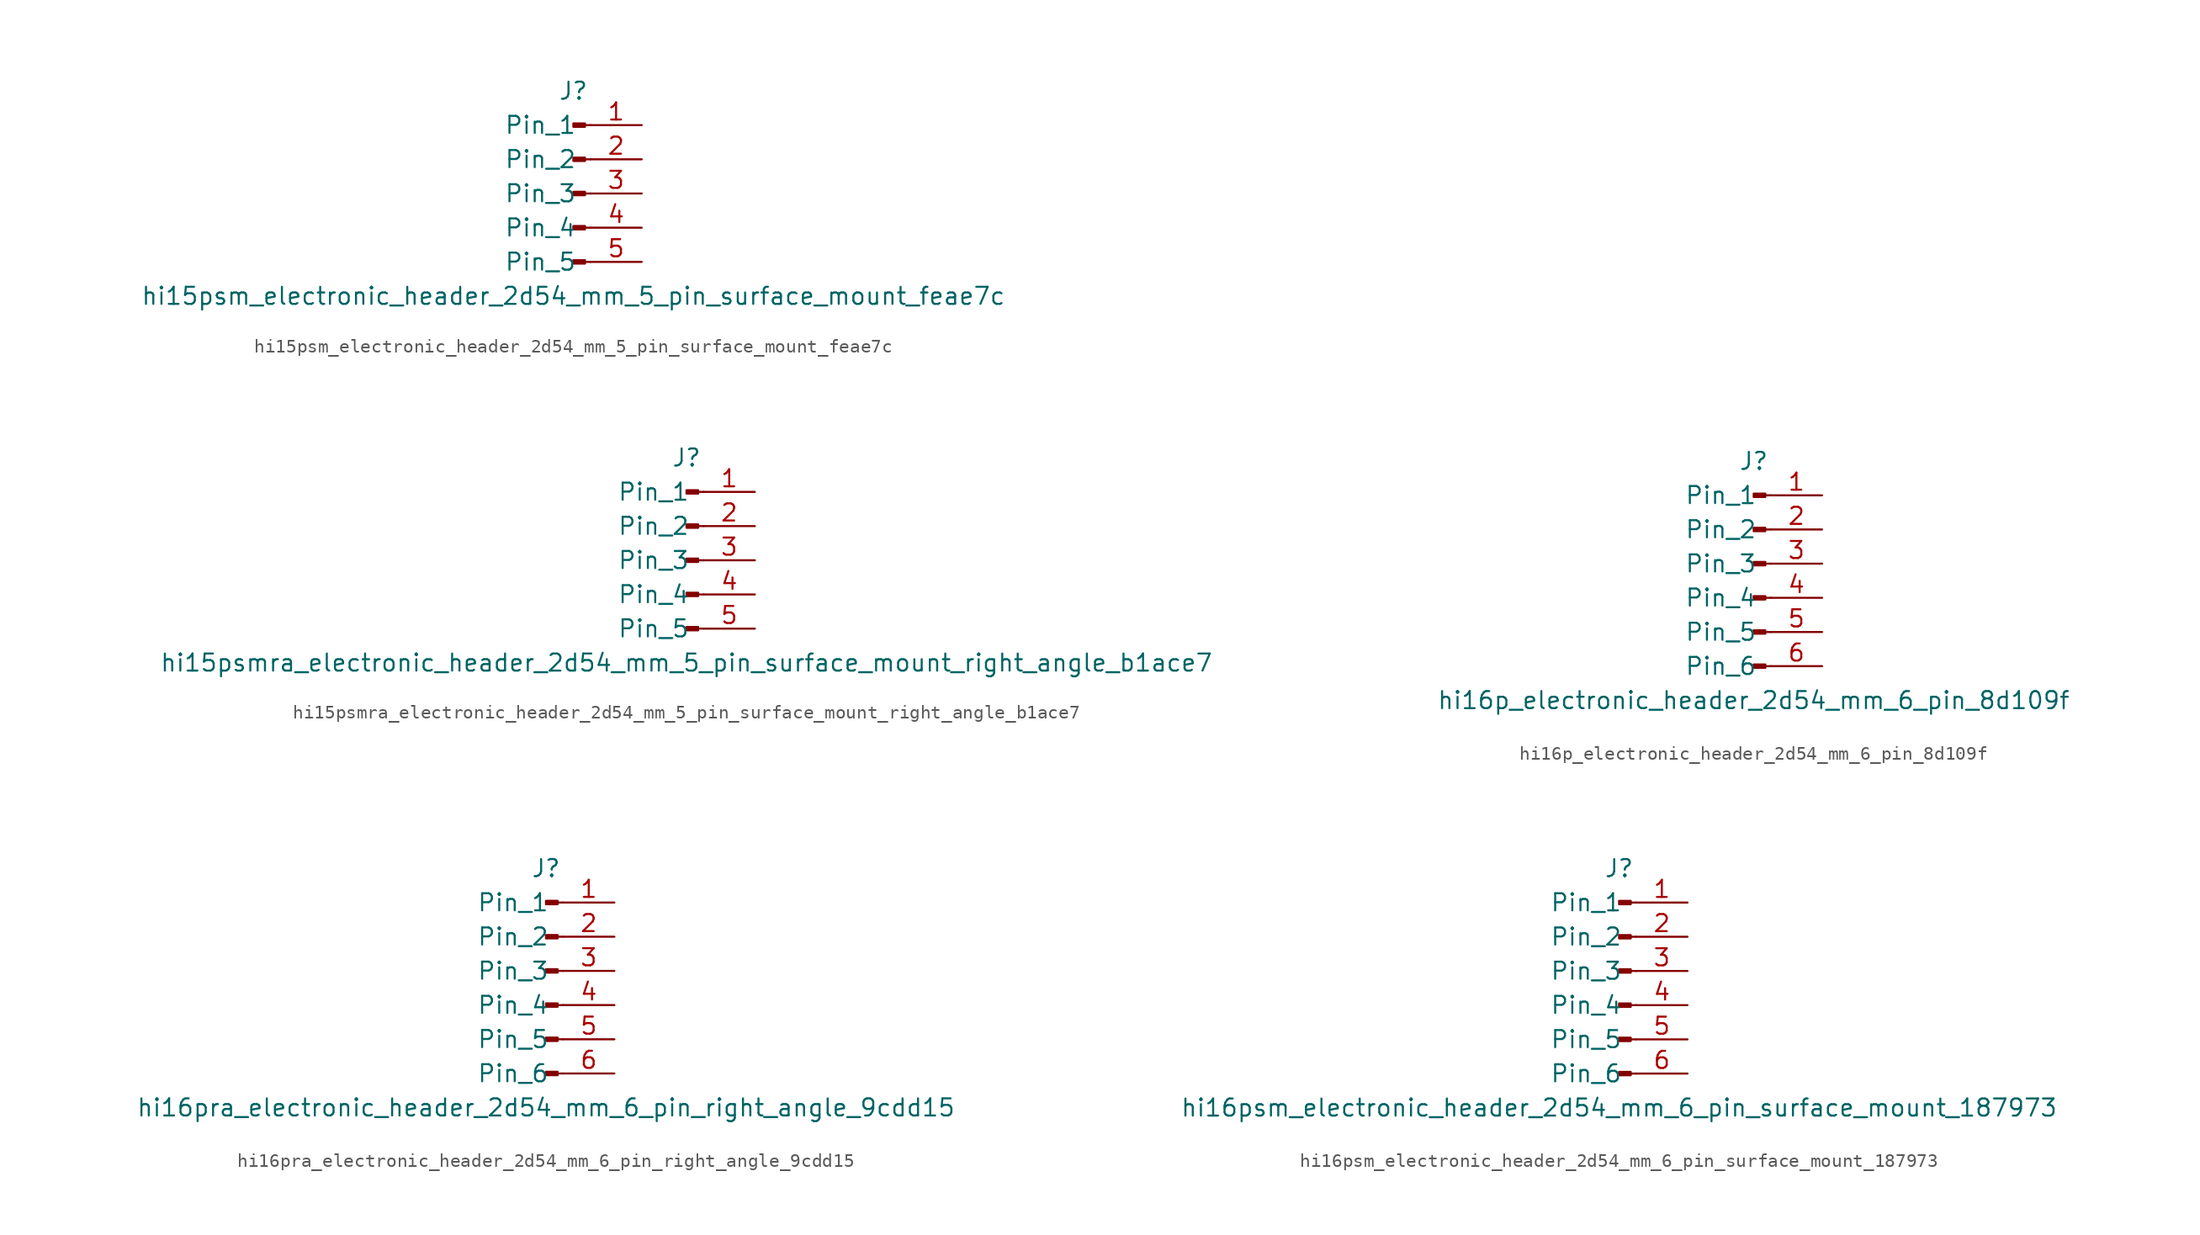
<source format=kicad_sym>
(kicad_symbol_lib
  (version 20220914)
  (generator kicad_symbol_editor)
  (symbol "hi15psm_electronic_header_2d54_mm_5_pin_surface_mount_feae7c"
    (pin_names
      (offset 1.016))
    (property "Reference" "J"
      (at 0 7.62 0)
      (effects (font (size 1.27 1.27))))
    (property "Value" "hi15psm_electronic_header_2d54_mm_5_pin_surface_mount_feae7c"
      (at 0 -7.62 0)
      (effects (font (size 1.27 1.27))))
    (property "ki_locked" ""
      (at 0 0 0)
      (effects (font (size 1.27 1.27))))
    (symbol "hi15psm_electronic_header_2d54_mm_5_pin_surface_mount_feae7c_1_1"
      (polyline (pts (xy 1.27 -5.08) (xy 0.864 -5.08)) (stroke (width 0.152) (type default)) (fill (type none)))
      (polyline (pts (xy 1.27 -2.54) (xy 0.864 -2.54)) (stroke (width 0.152) (type default)) (fill (type none)))
      (polyline (pts (xy 1.27 0) (xy 0.864 0)) (stroke (width 0.152) (type default)) (fill (type none)))
      (polyline (pts (xy 1.27 2.54) (xy 0.864 2.54)) (stroke (width 0.152) (type default)) (fill (type none)))
      (polyline (pts (xy 1.27 5.08) (xy 0.864 5.08)) (stroke (width 0.152) (type default)) (fill (type none)))
      (rectangle (start 0.864 -4.953) (end 0 -5.207) (stroke (width 0.152) (type default)) (fill (type outline)))
      (rectangle (start 0.864 -2.413) (end 0 -2.667) (stroke (width 0.152) (type default)) (fill (type outline)))
      (rectangle (start 0.864 0.127) (end 0 -0.127) (stroke (width 0.152) (type default)) (fill (type outline)))
      (rectangle (start 0.864 2.667) (end 0 2.413) (stroke (width 0.152) (type default)) (fill (type outline)))
      (rectangle (start 0.864 5.207) (end 0 4.953) (stroke (width 0.152) (type default)) (fill (type outline)))
      (pin passive line (at 5.08 5.08 180) (length 3.81) (name "Pin_1" (effects (font (size 1.27 1.27)))) (number "1" (effects (font (size 1.27 1.27)))))
      (pin passive line (at 5.08 2.54 180) (length 3.81) (name "Pin_2" (effects (font (size 1.27 1.27)))) (number "2" (effects (font (size 1.27 1.27)))))
      (pin passive line (at 5.08 0 180) (length 3.81) (name "Pin_3" (effects (font (size 1.27 1.27)))) (number "3" (effects (font (size 1.27 1.27)))))
      (pin passive line (at 5.08 -2.54 180) (length 3.81) (name "Pin_4" (effects (font (size 1.27 1.27)))) (number "4" (effects (font (size 1.27 1.27)))))
      (pin passive line (at 5.08 -5.08 180) (length 3.81) (name "Pin_5" (effects (font (size 1.27 1.27)))) (number "5" (effects (font (size 1.27 1.27)))))))
  (symbol "hi15psmra_electronic_header_2d54_mm_5_pin_surface_mount_right_angle_b1ace7"
    (pin_names
      (offset 1.016))
    (property "Reference" "J"
      (at 0 7.62 0)
      (effects (font (size 1.27 1.27))))
    (property "Value" "hi15psmra_electronic_header_2d54_mm_5_pin_surface_mount_right_angle_b1ace7"
      (at 0 -7.62 0)
      (effects (font (size 1.27 1.27))))
    (property "ki_locked" ""
      (at 0 0 0)
      (effects (font (size 1.27 1.27))))
    (symbol "hi15psmra_electronic_header_2d54_mm_5_pin_surface_mount_right_angle_b1ace7_1_1"
      (polyline (pts (xy 1.27 -5.08) (xy 0.864 -5.08)) (stroke (width 0.152) (type default)) (fill (type none)))
      (polyline (pts (xy 1.27 -2.54) (xy 0.864 -2.54)) (stroke (width 0.152) (type default)) (fill (type none)))
      (polyline (pts (xy 1.27 0) (xy 0.864 0)) (stroke (width 0.152) (type default)) (fill (type none)))
      (polyline (pts (xy 1.27 2.54) (xy 0.864 2.54)) (stroke (width 0.152) (type default)) (fill (type none)))
      (polyline (pts (xy 1.27 5.08) (xy 0.864 5.08)) (stroke (width 0.152) (type default)) (fill (type none)))
      (rectangle (start 0.864 -4.953) (end 0 -5.207) (stroke (width 0.152) (type default)) (fill (type outline)))
      (rectangle (start 0.864 -2.413) (end 0 -2.667) (stroke (width 0.152) (type default)) (fill (type outline)))
      (rectangle (start 0.864 0.127) (end 0 -0.127) (stroke (width 0.152) (type default)) (fill (type outline)))
      (rectangle (start 0.864 2.667) (end 0 2.413) (stroke (width 0.152) (type default)) (fill (type outline)))
      (rectangle (start 0.864 5.207) (end 0 4.953) (stroke (width 0.152) (type default)) (fill (type outline)))
      (pin passive line (at 5.08 5.08 180) (length 3.81) (name "Pin_1" (effects (font (size 1.27 1.27)))) (number "1" (effects (font (size 1.27 1.27)))))
      (pin passive line (at 5.08 2.54 180) (length 3.81) (name "Pin_2" (effects (font (size 1.27 1.27)))) (number "2" (effects (font (size 1.27 1.27)))))
      (pin passive line (at 5.08 0 180) (length 3.81) (name "Pin_3" (effects (font (size 1.27 1.27)))) (number "3" (effects (font (size 1.27 1.27)))))
      (pin passive line (at 5.08 -2.54 180) (length 3.81) (name "Pin_4" (effects (font (size 1.27 1.27)))) (number "4" (effects (font (size 1.27 1.27)))))
      (pin passive line (at 5.08 -5.08 180) (length 3.81) (name "Pin_5" (effects (font (size 1.27 1.27)))) (number "5" (effects (font (size 1.27 1.27)))))))
  (symbol "hi16p_electronic_header_2d54_mm_6_pin_8d109f"
    (pin_names
      (offset 1.016))
    (property "Reference" "J"
      (at 0 7.62 0)
      (effects (font (size 1.27 1.27))))
    (property "Value" "hi16p_electronic_header_2d54_mm_6_pin_8d109f"
      (at 0 -10.16 0)
      (effects (font (size 1.27 1.27))))
    (property "ki_locked" ""
      (at 0 0 0)
      (effects (font (size 1.27 1.27))))
    (symbol "hi16p_electronic_header_2d54_mm_6_pin_8d109f_1_1"
      (polyline (pts (xy 1.27 -7.62) (xy 0.864 -7.62)) (stroke (width 0.152) (type default)) (fill (type none)))
      (polyline (pts (xy 1.27 -5.08) (xy 0.864 -5.08)) (stroke (width 0.152) (type default)) (fill (type none)))
      (polyline (pts (xy 1.27 -2.54) (xy 0.864 -2.54)) (stroke (width 0.152) (type default)) (fill (type none)))
      (polyline (pts (xy 1.27 0) (xy 0.864 0)) (stroke (width 0.152) (type default)) (fill (type none)))
      (polyline (pts (xy 1.27 2.54) (xy 0.864 2.54)) (stroke (width 0.152) (type default)) (fill (type none)))
      (polyline (pts (xy 1.27 5.08) (xy 0.864 5.08)) (stroke (width 0.152) (type default)) (fill (type none)))
      (rectangle (start 0.864 -7.493) (end 0 -7.747) (stroke (width 0.152) (type default)) (fill (type outline)))
      (rectangle (start 0.864 -4.953) (end 0 -5.207) (stroke (width 0.152) (type default)) (fill (type outline)))
      (rectangle (start 0.864 -2.413) (end 0 -2.667) (stroke (width 0.152) (type default)) (fill (type outline)))
      (rectangle (start 0.864 0.127) (end 0 -0.127) (stroke (width 0.152) (type default)) (fill (type outline)))
      (rectangle (start 0.864 2.667) (end 0 2.413) (stroke (width 0.152) (type default)) (fill (type outline)))
      (rectangle (start 0.864 5.207) (end 0 4.953) (stroke (width 0.152) (type default)) (fill (type outline)))
      (pin passive line (at 5.08 5.08 180) (length 3.81) (name "Pin_1" (effects (font (size 1.27 1.27)))) (number "1" (effects (font (size 1.27 1.27)))))
      (pin passive line (at 5.08 2.54 180) (length 3.81) (name "Pin_2" (effects (font (size 1.27 1.27)))) (number "2" (effects (font (size 1.27 1.27)))))
      (pin passive line (at 5.08 0 180) (length 3.81) (name "Pin_3" (effects (font (size 1.27 1.27)))) (number "3" (effects (font (size 1.27 1.27)))))
      (pin passive line (at 5.08 -2.54 180) (length 3.81) (name "Pin_4" (effects (font (size 1.27 1.27)))) (number "4" (effects (font (size 1.27 1.27)))))
      (pin passive line (at 5.08 -5.08 180) (length 3.81) (name "Pin_5" (effects (font (size 1.27 1.27)))) (number "5" (effects (font (size 1.27 1.27)))))
      (pin passive line (at 5.08 -7.62 180) (length 3.81) (name "Pin_6" (effects (font (size 1.27 1.27)))) (number "6" (effects (font (size 1.27 1.27)))))))
  (symbol "hi16pra_electronic_header_2d54_mm_6_pin_right_angle_9cdd15"
    (pin_names
      (offset 1.016))
    (property "Reference" "J"
      (at 0 7.62 0)
      (effects (font (size 1.27 1.27))))
    (property "Value" "hi16pra_electronic_header_2d54_mm_6_pin_right_angle_9cdd15"
      (at 0 -10.16 0)
      (effects (font (size 1.27 1.27))))
    (property "ki_locked" ""
      (at 0 0 0)
      (effects (font (size 1.27 1.27))))
    (symbol "hi16pra_electronic_header_2d54_mm_6_pin_right_angle_9cdd15_1_1"
      (polyline (pts (xy 1.27 -7.62) (xy 0.864 -7.62)) (stroke (width 0.152) (type default)) (fill (type none)))
      (polyline (pts (xy 1.27 -5.08) (xy 0.864 -5.08)) (stroke (width 0.152) (type default)) (fill (type none)))
      (polyline (pts (xy 1.27 -2.54) (xy 0.864 -2.54)) (stroke (width 0.152) (type default)) (fill (type none)))
      (polyline (pts (xy 1.27 0) (xy 0.864 0)) (stroke (width 0.152) (type default)) (fill (type none)))
      (polyline (pts (xy 1.27 2.54) (xy 0.864 2.54)) (stroke (width 0.152) (type default)) (fill (type none)))
      (polyline (pts (xy 1.27 5.08) (xy 0.864 5.08)) (stroke (width 0.152) (type default)) (fill (type none)))
      (rectangle (start 0.864 -7.493) (end 0 -7.747) (stroke (width 0.152) (type default)) (fill (type outline)))
      (rectangle (start 0.864 -4.953) (end 0 -5.207) (stroke (width 0.152) (type default)) (fill (type outline)))
      (rectangle (start 0.864 -2.413) (end 0 -2.667) (stroke (width 0.152) (type default)) (fill (type outline)))
      (rectangle (start 0.864 0.127) (end 0 -0.127) (stroke (width 0.152) (type default)) (fill (type outline)))
      (rectangle (start 0.864 2.667) (end 0 2.413) (stroke (width 0.152) (type default)) (fill (type outline)))
      (rectangle (start 0.864 5.207) (end 0 4.953) (stroke (width 0.152) (type default)) (fill (type outline)))
      (pin passive line (at 5.08 5.08 180) (length 3.81) (name "Pin_1" (effects (font (size 1.27 1.27)))) (number "1" (effects (font (size 1.27 1.27)))))
      (pin passive line (at 5.08 2.54 180) (length 3.81) (name "Pin_2" (effects (font (size 1.27 1.27)))) (number "2" (effects (font (size 1.27 1.27)))))
      (pin passive line (at 5.08 0 180) (length 3.81) (name "Pin_3" (effects (font (size 1.27 1.27)))) (number "3" (effects (font (size 1.27 1.27)))))
      (pin passive line (at 5.08 -2.54 180) (length 3.81) (name "Pin_4" (effects (font (size 1.27 1.27)))) (number "4" (effects (font (size 1.27 1.27)))))
      (pin passive line (at 5.08 -5.08 180) (length 3.81) (name "Pin_5" (effects (font (size 1.27 1.27)))) (number "5" (effects (font (size 1.27 1.27)))))
      (pin passive line (at 5.08 -7.62 180) (length 3.81) (name "Pin_6" (effects (font (size 1.27 1.27)))) (number "6" (effects (font (size 1.27 1.27)))))))
  (symbol "hi16psm_electronic_header_2d54_mm_6_pin_surface_mount_187973"
    (pin_names
      (offset 1.016))
    (property "Reference" "J"
      (at 0 7.62 0)
      (effects (font (size 1.27 1.27))))
    (property "Value" "hi16psm_electronic_header_2d54_mm_6_pin_surface_mount_187973"
      (at 0 -10.16 0)
      (effects (font (size 1.27 1.27))))
    (property "ki_locked" ""
      (at 0 0 0)
      (effects (font (size 1.27 1.27))))
    (symbol "hi16psm_electronic_header_2d54_mm_6_pin_surface_mount_187973_1_1"
      (polyline (pts (xy 1.27 -7.62) (xy 0.864 -7.62)) (stroke (width 0.152) (type default)) (fill (type none)))
      (polyline (pts (xy 1.27 -5.08) (xy 0.864 -5.08)) (stroke (width 0.152) (type default)) (fill (type none)))
      (polyline (pts (xy 1.27 -2.54) (xy 0.864 -2.54)) (stroke (width 0.152) (type default)) (fill (type none)))
      (polyline (pts (xy 1.27 0) (xy 0.864 0)) (stroke (width 0.152) (type default)) (fill (type none)))
      (polyline (pts (xy 1.27 2.54) (xy 0.864 2.54)) (stroke (width 0.152) (type default)) (fill (type none)))
      (polyline (pts (xy 1.27 5.08) (xy 0.864 5.08)) (stroke (width 0.152) (type default)) (fill (type none)))
      (rectangle (start 0.864 -7.493) (end 0 -7.747) (stroke (width 0.152) (type default)) (fill (type outline)))
      (rectangle (start 0.864 -4.953) (end 0 -5.207) (stroke (width 0.152) (type default)) (fill (type outline)))
      (rectangle (start 0.864 -2.413) (end 0 -2.667) (stroke (width 0.152) (type default)) (fill (type outline)))
      (rectangle (start 0.864 0.127) (end 0 -0.127) (stroke (width 0.152) (type default)) (fill (type outline)))
      (rectangle (start 0.864 2.667) (end 0 2.413) (stroke (width 0.152) (type default)) (fill (type outline)))
      (rectangle (start 0.864 5.207) (end 0 4.953) (stroke (width 0.152) (type default)) (fill (type outline)))
      (pin passive line (at 5.08 5.08 180) (length 3.81) (name "Pin_1" (effects (font (size 1.27 1.27)))) (number "1" (effects (font (size 1.27 1.27)))))
      (pin passive line (at 5.08 2.54 180) (length 3.81) (name "Pin_2" (effects (font (size 1.27 1.27)))) (number "2" (effects (font (size 1.27 1.27)))))
      (pin passive line (at 5.08 0 180) (length 3.81) (name "Pin_3" (effects (font (size 1.27 1.27)))) (number "3" (effects (font (size 1.27 1.27)))))
      (pin passive line (at 5.08 -2.54 180) (length 3.81) (name "Pin_4" (effects (font (size 1.27 1.27)))) (number "4" (effects (font (size 1.27 1.27)))))
      (pin passive line (at 5.08 -5.08 180) (length 3.81) (name "Pin_5" (effects (font (size 1.27 1.27)))) (number "5" (effects (font (size 1.27 1.27)))))
      (pin passive line (at 5.08 -7.62 180) (length 3.81) (name "Pin_6" (effects (font (size 1.27 1.27)))) (number "6" (effects (font (size 1.27 1.27))))))))
</source>
